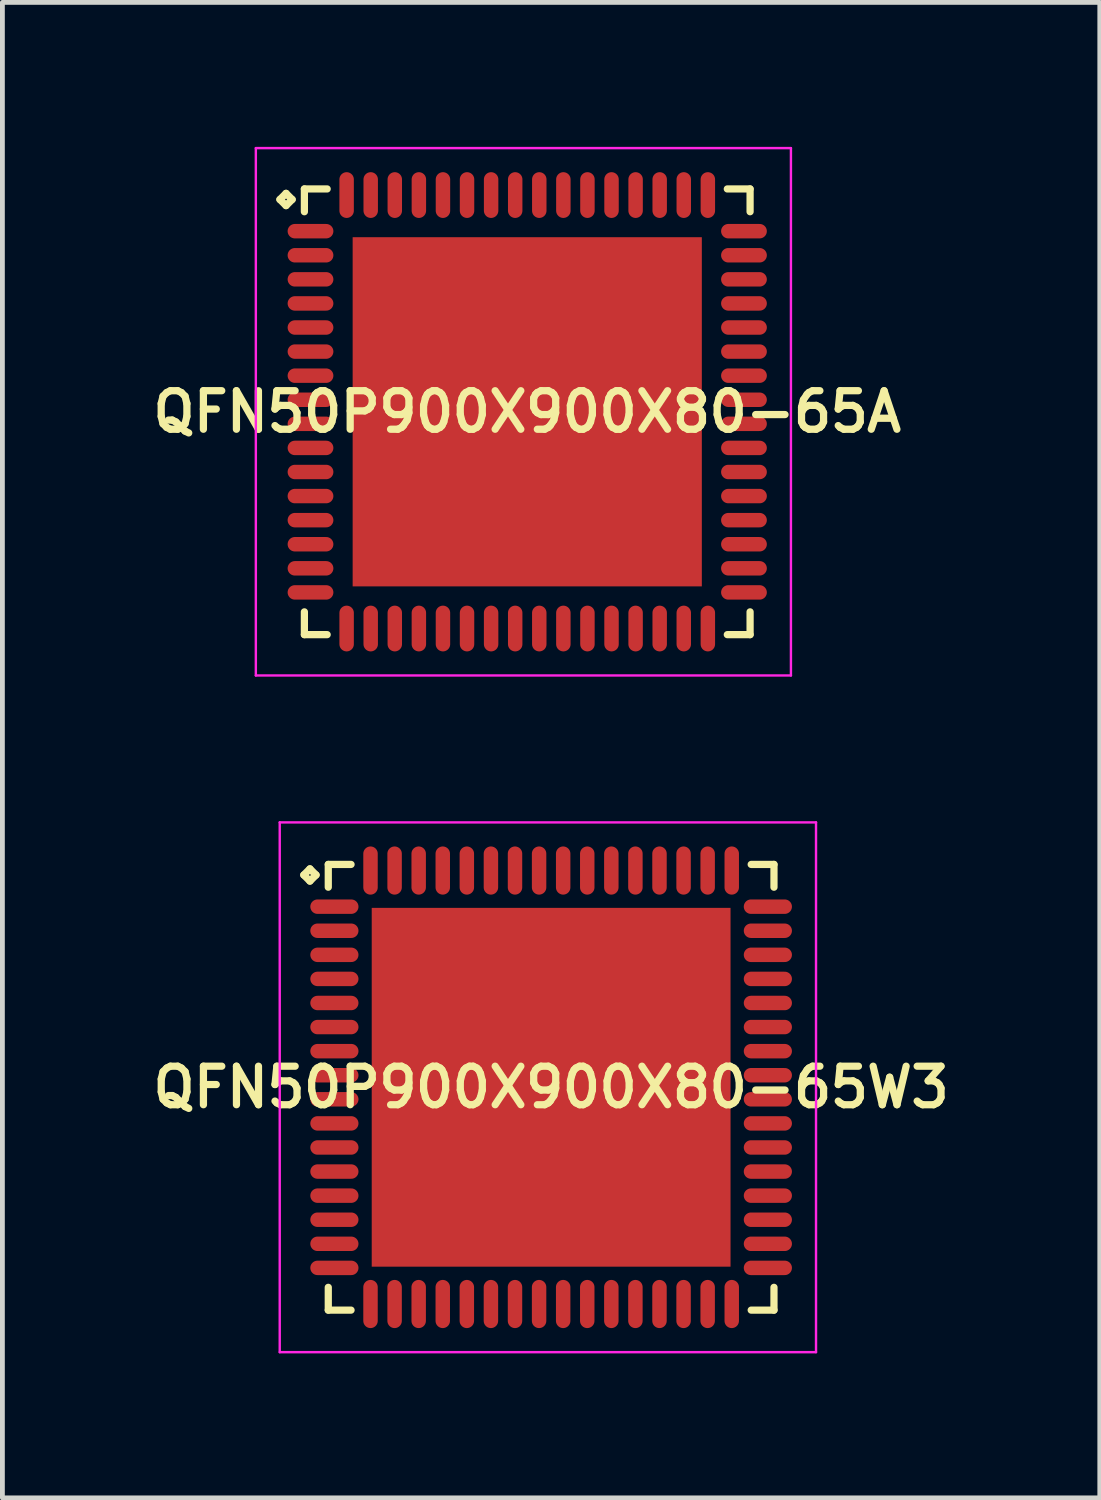
<source format=kicad_pcb>
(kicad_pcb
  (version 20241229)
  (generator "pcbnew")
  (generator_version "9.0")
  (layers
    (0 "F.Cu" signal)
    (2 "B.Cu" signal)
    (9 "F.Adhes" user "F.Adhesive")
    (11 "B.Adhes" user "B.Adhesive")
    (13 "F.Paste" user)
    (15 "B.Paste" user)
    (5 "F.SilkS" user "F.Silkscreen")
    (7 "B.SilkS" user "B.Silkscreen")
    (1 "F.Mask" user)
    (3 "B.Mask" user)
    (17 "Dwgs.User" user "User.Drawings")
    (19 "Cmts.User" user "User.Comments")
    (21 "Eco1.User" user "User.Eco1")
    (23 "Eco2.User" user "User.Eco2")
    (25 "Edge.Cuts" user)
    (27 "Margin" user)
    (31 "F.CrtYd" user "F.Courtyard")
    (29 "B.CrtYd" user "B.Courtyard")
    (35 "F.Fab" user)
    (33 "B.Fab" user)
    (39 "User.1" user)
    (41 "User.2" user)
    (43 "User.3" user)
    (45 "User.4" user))
  (footprint "QFN50P900X900X80-65W3"
    (layer "F.Cu")
    (at 8.393 19.525)
    (property "Reference" "QFN50P900X900X80-65W3" (at 0 0 0) (layer "F.SilkS") (effects (font (size 0.8 0.8) (thickness 0.15))))
    (attr smd)
    (fp_line (start -5.135 -4.408) (end -5.008 -4.535) (stroke (width 0.15) (type solid)) (layer "F.SilkS"))
    (fp_line (start -5.008 -4.535) (end -4.881 -4.408) (stroke (width 0.15) (type solid)) (layer "F.SilkS"))
    (fp_line (start -5.008 -4.281) (end -5.135 -4.408) (stroke (width 0.15) (type solid)) (layer "F.SilkS"))
    (fp_line (start -4.881 -4.408) (end -5.008 -4.281) (stroke (width 0.15) (type solid)) (layer "F.SilkS"))
    (fp_line (start -4.627 -4.627) (end -4.154 -4.627) (stroke (width 0.15) (type solid)) (layer "F.SilkS"))
    (fp_line (start -4.627 -4.154) (end -4.627 -4.627) (stroke (width 0.15) (type solid)) (layer "F.SilkS"))
    (fp_line (start -4.627 4.154) (end -4.627 4.627) (stroke (width 0.15) (type solid)) (layer "F.SilkS"))
    (fp_line (start -4.627 4.627) (end -4.154 4.627) (stroke (width 0.15) (type solid)) (layer "F.SilkS"))
    (fp_line (start 4.154 -4.627) (end 4.627 -4.627) (stroke (width 0.15) (type solid)) (layer "F.SilkS"))
    (fp_line (start 4.154 4.627) (end 4.627 4.627) (stroke (width 0.15) (type solid)) (layer "F.SilkS"))
    (fp_line (start 4.627 -4.627) (end 4.627 -4.154) (stroke (width 0.15) (type solid)) (layer "F.SilkS"))
    (fp_line (start 4.627 4.627) (end 4.627 4.154) (stroke (width 0.15) (type solid)) (layer "F.SilkS"))
    (fp_line (start -5.635 -5.5) (end 5.5 -5.5) (stroke (width 0.05) (type solid)) (layer "F.CrtYd"))
    (fp_line (start -5.635 5.5) (end -5.635 -5.5) (stroke (width 0.05) (type solid)) (layer "F.CrtYd"))
    (fp_line (start 5.5 -5.5) (end 5.5 5.5) (stroke (width 0.05) (type solid)) (layer "F.CrtYd"))
    (fp_line (start 5.5 5.5) (end -5.635 5.5) (stroke (width 0.05) (type solid)) (layer "F.CrtYd"))
    (pad "1" smd oval (at -4.5 -3.75) (size 1 0.3) (layers "F.Cu" "F.Mask" "F.Paste"))
    (pad "2" smd oval (at -4.5 -3.25) (size 1 0.3) (layers "F.Cu" "F.Mask" "F.Paste"))
    (pad "3" smd oval (at -4.5 -2.75) (size 1 0.3) (layers "F.Cu" "F.Mask" "F.Paste"))
    (pad "4" smd oval (at -4.5 -2.25) (size 1 0.3) (layers "F.Cu" "F.Mask" "F.Paste"))
    (pad "5" smd oval (at -4.5 -1.75) (size 1 0.3) (layers "F.Cu" "F.Mask" "F.Paste"))
    (pad "6" smd oval (at -4.5 -1.25) (size 1 0.3) (layers "F.Cu" "F.Mask" "F.Paste"))
    (pad "7" smd oval (at -4.5 -0.75) (size 1 0.3) (layers "F.Cu" "F.Mask" "F.Paste"))
    (pad "8" smd oval (at -4.5 -0.25) (size 1 0.3) (layers "F.Cu" "F.Mask" "F.Paste"))
    (pad "9" smd oval (at -4.5 0.25) (size 1 0.3) (layers "F.Cu" "F.Mask" "F.Paste"))
    (pad "10" smd oval (at -4.5 0.75) (size 1 0.3) (layers "F.Cu" "F.Mask" "F.Paste"))
    (pad "11" smd oval (at -4.5 1.25) (size 1 0.3) (layers "F.Cu" "F.Mask" "F.Paste"))
    (pad "12" smd oval (at -4.5 1.75) (size 1 0.3) (layers "F.Cu" "F.Mask" "F.Paste"))
    (pad "13" smd oval (at -4.5 2.25) (size 1 0.3) (layers "F.Cu" "F.Mask" "F.Paste"))
    (pad "14" smd oval (at -4.5 2.75) (size 1 0.3) (layers "F.Cu" "F.Mask" "F.Paste"))
    (pad "15" smd oval (at -4.5 3.25) (size 1 0.3) (layers "F.Cu" "F.Mask" "F.Paste"))
    (pad "16" smd oval (at -4.5 3.75) (size 1 0.3) (layers "F.Cu" "F.Mask" "F.Paste"))
    (pad "17" smd oval (at -3.75 4.5) (size 0.3 1) (layers "F.Cu" "F.Mask" "F.Paste"))
    (pad "18" smd oval (at -3.25 4.5) (size 0.3 1) (layers "F.Cu" "F.Mask" "F.Paste"))
    (pad "19" smd oval (at -2.75 4.5) (size 0.3 1) (layers "F.Cu" "F.Mask" "F.Paste"))
    (pad "20" smd oval (at -2.25 4.5) (size 0.3 1) (layers "F.Cu" "F.Mask" "F.Paste"))
    (pad "21" smd oval (at -1.75 4.5) (size 0.3 1) (layers "F.Cu" "F.Mask" "F.Paste"))
    (pad "22" smd oval (at -1.25 4.5) (size 0.3 1) (layers "F.Cu" "F.Mask" "F.Paste"))
    (pad "23" smd oval (at -0.75 4.5) (size 0.3 1) (layers "F.Cu" "F.Mask" "F.Paste"))
    (pad "24" smd oval (at -0.25 4.5) (size 0.3 1) (layers "F.Cu" "F.Mask" "F.Paste"))
    (pad "25" smd oval (at 0.25 4.5) (size 0.3 1) (layers "F.Cu" "F.Mask" "F.Paste"))
    (pad "26" smd oval (at 0.75 4.5) (size 0.3 1) (layers "F.Cu" "F.Mask" "F.Paste"))
    (pad "27" smd oval (at 1.25 4.5) (size 0.3 1) (layers "F.Cu" "F.Mask" "F.Paste"))
    (pad "28" smd oval (at 1.75 4.5) (size 0.3 1) (layers "F.Cu" "F.Mask" "F.Paste"))
    (pad "29" smd oval (at 2.25 4.5) (size 0.3 1) (layers "F.Cu" "F.Mask" "F.Paste"))
    (pad "30" smd oval (at 2.75 4.5) (size 0.3 1) (layers "F.Cu" "F.Mask" "F.Paste"))
    (pad "31" smd oval (at 3.25 4.5) (size 0.3 1) (layers "F.Cu" "F.Mask" "F.Paste"))
    (pad "32" smd oval (at 3.75 4.5) (size 0.3 1) (layers "F.Cu" "F.Mask" "F.Paste"))
    (pad "33" smd oval (at 4.5 3.75) (size 1 0.3) (layers "F.Cu" "F.Mask" "F.Paste"))
    (pad "34" smd oval (at 4.5 3.25) (size 1 0.3) (layers "F.Cu" "F.Mask" "F.Paste"))
    (pad "35" smd oval (at 4.5 2.75) (size 1 0.3) (layers "F.Cu" "F.Mask" "F.Paste"))
    (pad "36" smd oval (at 4.5 2.25) (size 1 0.3) (layers "F.Cu" "F.Mask" "F.Paste"))
    (pad "37" smd oval (at 4.5 1.75) (size 1 0.3) (layers "F.Cu" "F.Mask" "F.Paste"))
    (pad "38" smd oval (at 4.5 1.25) (size 1 0.3) (layers "F.Cu" "F.Mask" "F.Paste"))
    (pad "39" smd oval (at 4.5 0.75) (size 1 0.3) (layers "F.Cu" "F.Mask" "F.Paste"))
    (pad "40" smd oval (at 4.5 0.25) (size 1 0.3) (layers "F.Cu" "F.Mask" "F.Paste"))
    (pad "41" smd oval (at 4.5 -0.25) (size 1 0.3) (layers "F.Cu" "F.Mask" "F.Paste"))
    (pad "42" smd oval (at 4.5 -0.75) (size 1 0.3) (layers "F.Cu" "F.Mask" "F.Paste"))
    (pad "43" smd oval (at 4.5 -1.25) (size 1 0.3) (layers "F.Cu" "F.Mask" "F.Paste"))
    (pad "44" smd oval (at 4.5 -1.75) (size 1 0.3) (layers "F.Cu" "F.Mask" "F.Paste"))
    (pad "45" smd oval (at 4.5 -2.25) (size 1 0.3) (layers "F.Cu" "F.Mask" "F.Paste"))
    (pad "46" smd oval (at 4.5 -2.75) (size 1 0.3) (layers "F.Cu" "F.Mask" "F.Paste"))
    (pad "47" smd oval (at 4.5 -3.25) (size 1 0.3) (layers "F.Cu" "F.Mask" "F.Paste"))
    (pad "48" smd oval (at 4.5 -3.75) (size 1 0.3) (layers "F.Cu" "F.Mask" "F.Paste"))
    (pad "49" smd oval (at 3.75 -4.5) (size 0.3 1) (layers "F.Cu" "F.Mask" "F.Paste"))
    (pad "50" smd oval (at 3.25 -4.5) (size 0.3 1) (layers "F.Cu" "F.Mask" "F.Paste"))
    (pad "51" smd oval (at 2.75 -4.5) (size 0.3 1) (layers "F.Cu" "F.Mask" "F.Paste"))
    (pad "52" smd oval (at 2.25 -4.5) (size 0.3 1) (layers "F.Cu" "F.Mask" "F.Paste"))
    (pad "53" smd oval (at 1.75 -4.5) (size 0.3 1) (layers "F.Cu" "F.Mask" "F.Paste"))
    (pad "54" smd oval (at 1.25 -4.5) (size 0.3 1) (layers "F.Cu" "F.Mask" "F.Paste"))
    (pad "55" smd oval (at 0.75 -4.5) (size 0.3 1) (layers "F.Cu" "F.Mask" "F.Paste"))
    (pad "56" smd oval (at 0.25 -4.5) (size 0.3 1) (layers "F.Cu" "F.Mask" "F.Paste"))
    (pad "57" smd oval (at -0.25 -4.5) (size 0.3 1) (layers "F.Cu" "F.Mask" "F.Paste"))
    (pad "58" smd oval (at -0.75 -4.5) (size 0.3 1) (layers "F.Cu" "F.Mask" "F.Paste"))
    (pad "59" smd oval (at -1.25 -4.5) (size 0.3 1) (layers "F.Cu" "F.Mask" "F.Paste"))
    (pad "60" smd oval (at -1.75 -4.5) (size 0.3 1) (layers "F.Cu" "F.Mask" "F.Paste"))
    (pad "61" smd oval (at -2.25 -4.5) (size 0.3 1) (layers "F.Cu" "F.Mask" "F.Paste"))
    (pad "62" smd oval (at -2.75 -4.5) (size 0.3 1) (layers "F.Cu" "F.Mask" "F.Paste"))
    (pad "63" smd oval (at -3.25 -4.5) (size 0.3 1) (layers "F.Cu" "F.Mask" "F.Paste"))
    (pad "64" smd oval (at -3.75 -4.5) (size 0.3 1) (layers "F.Cu" "F.Mask" "F.Paste"))
    (pad "65" smd rect (at 0 0) (size 7.45 7.45) (layers "F.Cu" "F.Mask" "F.Paste")))
  (footprint "QFN50P900X900X80-65A"
    (layer "F.Cu")
    (at 7.897 5.5)
    (property "Reference" "QFN50P900X900X80-65A" (at 0 0 0) (layer "F.SilkS") (effects (font (size 0.8 0.8) (thickness 0.15))))
    (attr smd)
    (fp_line (start -5.135 -4.408) (end -5.008 -4.535) (stroke (width 0.15) (type solid)) (layer "F.SilkS"))
    (fp_line (start -5.008 -4.535) (end -4.881 -4.408) (stroke (width 0.15) (type solid)) (layer "F.SilkS"))
    (fp_line (start -5.008 -4.281) (end -5.135 -4.408) (stroke (width 0.15) (type solid)) (layer "F.SilkS"))
    (fp_line (start -4.881 -4.408) (end -5.008 -4.281) (stroke (width 0.15) (type solid)) (layer "F.SilkS"))
    (fp_line (start -4.627 -4.627) (end -4.154 -4.627) (stroke (width 0.15) (type solid)) (layer "F.SilkS"))
    (fp_line (start -4.627 -4.154) (end -4.627 -4.627) (stroke (width 0.15) (type solid)) (layer "F.SilkS"))
    (fp_line (start -4.627 4.154) (end -4.627 4.627) (stroke (width 0.15) (type solid)) (layer "F.SilkS"))
    (fp_line (start -4.627 4.627) (end -4.154 4.627) (stroke (width 0.15) (type solid)) (layer "F.SilkS"))
    (fp_line (start 4.154 -4.627) (end 4.627 -4.627) (stroke (width 0.15) (type solid)) (layer "F.SilkS"))
    (fp_line (start 4.154 4.627) (end 4.627 4.627) (stroke (width 0.15) (type solid)) (layer "F.SilkS"))
    (fp_line (start 4.627 -4.627) (end 4.627 -4.154) (stroke (width 0.15) (type solid)) (layer "F.SilkS"))
    (fp_line (start 4.627 4.627) (end 4.627 4.154) (stroke (width 0.15) (type solid)) (layer "F.SilkS"))
    (fp_line (start -5.635 -5.475) (end 5.475 -5.475) (stroke (width 0.05) (type solid)) (layer "F.CrtYd"))
    (fp_line (start -5.635 5.475) (end -5.635 -5.475) (stroke (width 0.05) (type solid)) (layer "F.CrtYd"))
    (fp_line (start 5.475 -5.475) (end 5.475 5.475) (stroke (width 0.05) (type solid)) (layer "F.CrtYd"))
    (fp_line (start 5.475 5.475) (end -5.635 5.475) (stroke (width 0.05) (type solid)) (layer "F.CrtYd"))
    (pad "1" smd oval (at -4.5 -3.75) (size 0.95 0.3) (layers "F.Cu" "F.Mask" "F.Paste"))
    (pad "2" smd oval (at -4.5 -3.25) (size 0.95 0.3) (layers "F.Cu" "F.Mask" "F.Paste"))
    (pad "3" smd oval (at -4.5 -2.75) (size 0.95 0.3) (layers "F.Cu" "F.Mask" "F.Paste"))
    (pad "4" smd oval (at -4.5 -2.25) (size 0.95 0.3) (layers "F.Cu" "F.Mask" "F.Paste"))
    (pad "5" smd oval (at -4.5 -1.75) (size 0.95 0.3) (layers "F.Cu" "F.Mask" "F.Paste"))
    (pad "6" smd oval (at -4.5 -1.25) (size 0.95 0.3) (layers "F.Cu" "F.Mask" "F.Paste"))
    (pad "7" smd oval (at -4.5 -0.75) (size 0.95 0.3) (layers "F.Cu" "F.Mask" "F.Paste"))
    (pad "8" smd oval (at -4.5 -0.25) (size 0.95 0.3) (layers "F.Cu" "F.Mask" "F.Paste"))
    (pad "9" smd oval (at -4.5 0.25) (size 0.95 0.3) (layers "F.Cu" "F.Mask" "F.Paste"))
    (pad "10" smd oval (at -4.5 0.75) (size 0.95 0.3) (layers "F.Cu" "F.Mask" "F.Paste"))
    (pad "11" smd oval (at -4.5 1.25) (size 0.95 0.3) (layers "F.Cu" "F.Mask" "F.Paste"))
    (pad "12" smd oval (at -4.5 1.75) (size 0.95 0.3) (layers "F.Cu" "F.Mask" "F.Paste"))
    (pad "13" smd oval (at -4.5 2.25) (size 0.95 0.3) (layers "F.Cu" "F.Mask" "F.Paste"))
    (pad "14" smd oval (at -4.5 2.75) (size 0.95 0.3) (layers "F.Cu" "F.Mask" "F.Paste"))
    (pad "15" smd oval (at -4.5 3.25) (size 0.95 0.3) (layers "F.Cu" "F.Mask" "F.Paste"))
    (pad "16" smd oval (at -4.5 3.75) (size 0.95 0.3) (layers "F.Cu" "F.Mask" "F.Paste"))
    (pad "17" smd oval (at -3.75 4.5) (size 0.3 0.95) (layers "F.Cu" "F.Mask" "F.Paste"))
    (pad "18" smd oval (at -3.25 4.5) (size 0.3 0.95) (layers "F.Cu" "F.Mask" "F.Paste"))
    (pad "19" smd oval (at -2.75 4.5) (size 0.3 0.95) (layers "F.Cu" "F.Mask" "F.Paste"))
    (pad "20" smd oval (at -2.25 4.5) (size 0.3 0.95) (layers "F.Cu" "F.Mask" "F.Paste"))
    (pad "21" smd oval (at -1.75 4.5) (size 0.3 0.95) (layers "F.Cu" "F.Mask" "F.Paste"))
    (pad "22" smd oval (at -1.25 4.5) (size 0.3 0.95) (layers "F.Cu" "F.Mask" "F.Paste"))
    (pad "23" smd oval (at -0.75 4.5) (size 0.3 0.95) (layers "F.Cu" "F.Mask" "F.Paste"))
    (pad "24" smd oval (at -0.25 4.5) (size 0.3 0.95) (layers "F.Cu" "F.Mask" "F.Paste"))
    (pad "25" smd oval (at 0.25 4.5) (size 0.3 0.95) (layers "F.Cu" "F.Mask" "F.Paste"))
    (pad "26" smd oval (at 0.75 4.5) (size 0.3 0.95) (layers "F.Cu" "F.Mask" "F.Paste"))
    (pad "27" smd oval (at 1.25 4.5) (size 0.3 0.95) (layers "F.Cu" "F.Mask" "F.Paste"))
    (pad "28" smd oval (at 1.75 4.5) (size 0.3 0.95) (layers "F.Cu" "F.Mask" "F.Paste"))
    (pad "29" smd oval (at 2.25 4.5) (size 0.3 0.95) (layers "F.Cu" "F.Mask" "F.Paste"))
    (pad "30" smd oval (at 2.75 4.5) (size 0.3 0.95) (layers "F.Cu" "F.Mask" "F.Paste"))
    (pad "31" smd oval (at 3.25 4.5) (size 0.3 0.95) (layers "F.Cu" "F.Mask" "F.Paste"))
    (pad "32" smd oval (at 3.75 4.5) (size 0.3 0.95) (layers "F.Cu" "F.Mask" "F.Paste"))
    (pad "33" smd oval (at 4.5 3.75) (size 0.95 0.3) (layers "F.Cu" "F.Mask" "F.Paste"))
    (pad "34" smd oval (at 4.5 3.25) (size 0.95 0.3) (layers "F.Cu" "F.Mask" "F.Paste"))
    (pad "35" smd oval (at 4.5 2.75) (size 0.95 0.3) (layers "F.Cu" "F.Mask" "F.Paste"))
    (pad "36" smd oval (at 4.5 2.25) (size 0.95 0.3) (layers "F.Cu" "F.Mask" "F.Paste"))
    (pad "37" smd oval (at 4.5 1.75) (size 0.95 0.3) (layers "F.Cu" "F.Mask" "F.Paste"))
    (pad "38" smd oval (at 4.5 1.25) (size 0.95 0.3) (layers "F.Cu" "F.Mask" "F.Paste"))
    (pad "39" smd oval (at 4.5 0.75) (size 0.95 0.3) (layers "F.Cu" "F.Mask" "F.Paste"))
    (pad "40" smd oval (at 4.5 0.25) (size 0.95 0.3) (layers "F.Cu" "F.Mask" "F.Paste"))
    (pad "41" smd oval (at 4.5 -0.25) (size 0.95 0.3) (layers "F.Cu" "F.Mask" "F.Paste"))
    (pad "42" smd oval (at 4.5 -0.75) (size 0.95 0.3) (layers "F.Cu" "F.Mask" "F.Paste"))
    (pad "43" smd oval (at 4.5 -1.25) (size 0.95 0.3) (layers "F.Cu" "F.Mask" "F.Paste"))
    (pad "44" smd oval (at 4.5 -1.75) (size 0.95 0.3) (layers "F.Cu" "F.Mask" "F.Paste"))
    (pad "45" smd oval (at 4.5 -2.25) (size 0.95 0.3) (layers "F.Cu" "F.Mask" "F.Paste"))
    (pad "46" smd oval (at 4.5 -2.75) (size 0.95 0.3) (layers "F.Cu" "F.Mask" "F.Paste"))
    (pad "47" smd oval (at 4.5 -3.25) (size 0.95 0.3) (layers "F.Cu" "F.Mask" "F.Paste"))
    (pad "48" smd oval (at 4.5 -3.75) (size 0.95 0.3) (layers "F.Cu" "F.Mask" "F.Paste"))
    (pad "49" smd oval (at 3.75 -4.5) (size 0.3 0.95) (layers "F.Cu" "F.Mask" "F.Paste"))
    (pad "50" smd oval (at 3.25 -4.5) (size 0.3 0.95) (layers "F.Cu" "F.Mask" "F.Paste"))
    (pad "51" smd oval (at 2.75 -4.5) (size 0.3 0.95) (layers "F.Cu" "F.Mask" "F.Paste"))
    (pad "52" smd oval (at 2.25 -4.5) (size 0.3 0.95) (layers "F.Cu" "F.Mask" "F.Paste"))
    (pad "53" smd oval (at 1.75 -4.5) (size 0.3 0.95) (layers "F.Cu" "F.Mask" "F.Paste"))
    (pad "54" smd oval (at 1.25 -4.5) (size 0.3 0.95) (layers "F.Cu" "F.Mask" "F.Paste"))
    (pad "55" smd oval (at 0.75 -4.5) (size 0.3 0.95) (layers "F.Cu" "F.Mask" "F.Paste"))
    (pad "56" smd oval (at 0.25 -4.5) (size 0.3 0.95) (layers "F.Cu" "F.Mask" "F.Paste"))
    (pad "57" smd oval (at -0.25 -4.5) (size 0.3 0.95) (layers "F.Cu" "F.Mask" "F.Paste"))
    (pad "58" smd oval (at -0.75 -4.5) (size 0.3 0.95) (layers "F.Cu" "F.Mask" "F.Paste"))
    (pad "59" smd oval (at -1.25 -4.5) (size 0.3 0.95) (layers "F.Cu" "F.Mask" "F.Paste"))
    (pad "60" smd oval (at -1.75 -4.5) (size 0.3 0.95) (layers "F.Cu" "F.Mask" "F.Paste"))
    (pad "61" smd oval (at -2.25 -4.5) (size 0.3 0.95) (layers "F.Cu" "F.Mask" "F.Paste"))
    (pad "62" smd oval (at -2.75 -4.5) (size 0.3 0.95) (layers "F.Cu" "F.Mask" "F.Paste"))
    (pad "63" smd oval (at -3.25 -4.5) (size 0.3 0.95) (layers "F.Cu" "F.Mask" "F.Paste"))
    (pad "64" smd oval (at -3.75 -4.5) (size 0.3 0.95) (layers "F.Cu" "F.Mask" "F.Paste"))
    (pad "65" smd rect (at 0 0) (size 7.25 7.25) (layers "F.Cu" "F.Mask" "F.Paste")))
  (gr_rect
    (start -3 -3)
    (end 19.785 28.05)
    (stroke (width 0.1) (type default))
    (fill no)
    (layer "Edge.Cuts")))
</source>
